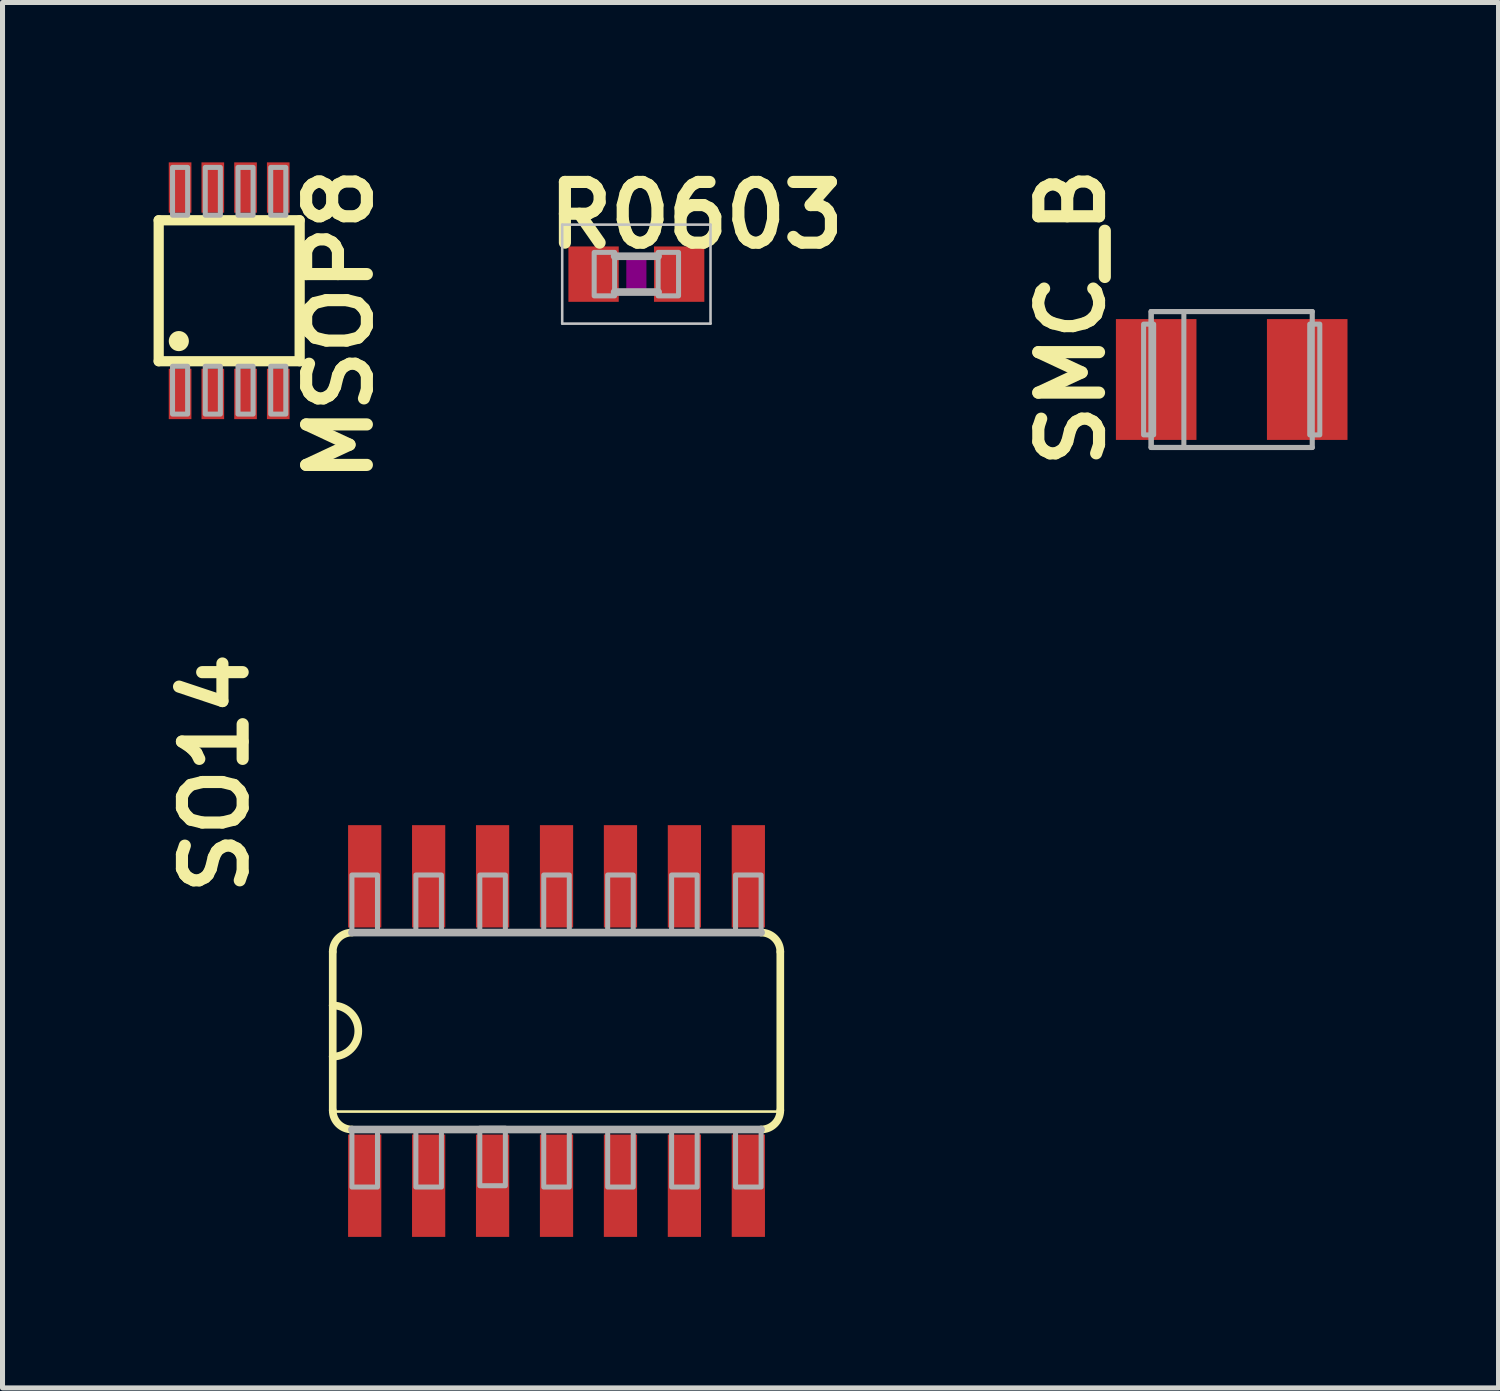
<source format=kicad_pcb>
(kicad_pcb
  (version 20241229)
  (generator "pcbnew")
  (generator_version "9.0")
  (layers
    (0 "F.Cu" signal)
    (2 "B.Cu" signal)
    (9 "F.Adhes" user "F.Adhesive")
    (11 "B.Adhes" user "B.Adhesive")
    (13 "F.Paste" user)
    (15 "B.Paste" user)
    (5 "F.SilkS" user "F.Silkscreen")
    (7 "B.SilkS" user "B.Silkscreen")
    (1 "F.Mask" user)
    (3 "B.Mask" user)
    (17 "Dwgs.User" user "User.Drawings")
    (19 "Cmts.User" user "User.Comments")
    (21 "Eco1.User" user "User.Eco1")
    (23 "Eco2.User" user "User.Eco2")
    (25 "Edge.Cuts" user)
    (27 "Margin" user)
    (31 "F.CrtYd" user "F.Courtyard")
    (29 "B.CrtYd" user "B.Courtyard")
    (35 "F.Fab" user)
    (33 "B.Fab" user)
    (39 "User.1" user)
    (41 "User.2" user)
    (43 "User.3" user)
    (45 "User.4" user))
  (footprint "SMC_B"
    (layer "F.Cu")
    (at 21.415 4.488)
    (property "Reference" "SMC_B" (at -2.475 1.855 270) (layer "F.SilkS") (effects (font (size 1.206 1.206) (thickness 0.241)) (justify left bottom)))
    (attr through_hole)
    (fp_line (start -1.6 -1.35) (end 1.6 -1.35) (stroke (width 0.102) (type solid)) (layer "F.Fab"))
    (fp_line (start -1.6 1.35) (end -1.6 -1.35) (stroke (width 0.102) (type solid)) (layer "F.Fab"))
    (fp_line (start 1.6 -1.35) (end 1.6 1.35) (stroke (width 0.102) (type solid)) (layer "F.Fab"))
    (fp_line (start 1.6 1.35) (end -1.6 1.35) (stroke (width 0.102) (type solid)) (layer "F.Fab"))
    (fp_poly (pts (xy -1.75 1.1) (xy -1.55 1.1) (xy -1.55 -1.1) (xy -1.75 -1.1)) (stroke (width 0.1) (type solid)) (fill no) (layer "F.Fab"))
    (fp_poly (pts (xy -1.6 1.35) (xy -0.95 1.35) (xy -0.95 -1.35) (xy -1.6 -1.35)) (stroke (width 0.1) (type solid)) (fill no) (layer "F.Fab"))
    (fp_poly (pts (xy 1.75 -1.1) (xy 1.55 -1.1) (xy 1.55 1.1) (xy 1.75 1.1)) (stroke (width 0.1) (type solid)) (fill no) (layer "F.Fab"))
    (pad "+" smd rect (at -1.5 0) (size 1.6 2.4) (layers "F.Cu" "F.Mask" "F.Paste"))
    (pad "-" smd rect (at 1.5 0 180) (size 1.6 2.4) (layers "F.Cu" "F.Mask" "F.Paste")))
  (footprint "SO14"
    (layer "F.Cu")
    (at 8.004 17.429)
    (property "Reference" "SO14" (at -6.074 -2.605 270) (layer "F.SilkS") (effects (font (size 1.206 1.206) (thickness 0.241)) (justify left bottom)))
    (attr through_hole)
    (fp_line (start -4.445 -1.575) (end -4.445 -0.508) (stroke (width 0.152) (type solid)) (layer "F.SilkS"))
    (fp_line (start -4.445 -0.508) (end -4.445 0.508) (stroke (width 0.152) (type solid)) (layer "F.SilkS"))
    (fp_line (start -4.445 0.508) (end -4.445 1.575) (stroke (width 0.152) (type solid)) (layer "F.SilkS"))
    (fp_line (start -4.445 1.6) (end 4.445 1.6) (stroke (width 0.051) (type solid)) (layer "F.SilkS"))
    (fp_line (start 4.445 1.575) (end 4.445 -1.575) (stroke (width 0.152) (type solid)) (layer "F.SilkS"))
    (fp_arc (start -4.445 -1.5748) (mid -4.333408 -1.844208) (end -4.064 -1.9558) (stroke (width 0.1524) (type solid)) (layer "F.SilkS"))
    (fp_arc (start -4.445 -0.508) (mid -3.937 0) (end -4.445 0.508) (stroke (width 0.1524) (type solid)) (layer "F.SilkS"))
    (fp_arc (start -4.064 1.9558) (mid -4.333408 1.844208) (end -4.445 1.5748) (stroke (width 0.1524) (type solid)) (layer "F.SilkS"))
    (fp_arc (start 4.064 -1.9558) (mid 4.333408 -1.844208) (end 4.445 -1.5748) (stroke (width 0.1524) (type solid)) (layer "F.SilkS"))
    (fp_arc (start 4.445 1.5748) (mid 4.333408 1.844208) (end 4.064 1.9558) (stroke (width 0.1524) (type solid)) (layer "F.SilkS"))
    (fp_line (start -4.064 1.956) (end 4.064 1.956) (stroke (width 0.152) (type solid)) (layer "F.Fab"))
    (fp_line (start 4.064 -1.956) (end -4.064 -1.956) (stroke (width 0.152) (type solid)) (layer "F.Fab"))
    (fp_poly (pts (xy -4.064 -1.956) (xy -3.556 -1.956) (xy -3.556 -3.099) (xy -4.064 -3.099)) (stroke (width 0.1) (type solid)) (fill no) (layer "F.Fab"))
    (fp_poly (pts (xy -4.064 3.099) (xy -3.556 3.099) (xy -3.556 1.956) (xy -4.064 1.956)) (stroke (width 0.1) (type solid)) (fill no) (layer "F.Fab"))
    (fp_poly (pts (xy -2.794 -1.956) (xy -2.286 -1.956) (xy -2.286 -3.099) (xy -2.794 -3.099)) (stroke (width 0.1) (type solid)) (fill no) (layer "F.Fab"))
    (fp_poly (pts (xy -2.794 3.099) (xy -2.286 3.099) (xy -2.286 1.956) (xy -2.794 1.956)) (stroke (width 0.1) (type solid)) (fill no) (layer "F.Fab"))
    (fp_poly (pts (xy -1.524 -1.956) (xy -1.016 -1.956) (xy -1.016 -3.099) (xy -1.524 -3.099)) (stroke (width 0.1) (type solid)) (fill no) (layer "F.Fab"))
    (fp_poly (pts (xy -1.524 3.073) (xy -1.016 3.073) (xy -1.016 1.93) (xy -1.524 1.93)) (stroke (width 0.1) (type solid)) (fill no) (layer "F.Fab"))
    (fp_poly (pts (xy -0.254 -1.956) (xy 0.254 -1.956) (xy 0.254 -3.099) (xy -0.254 -3.099)) (stroke (width 0.1) (type solid)) (fill no) (layer "F.Fab"))
    (fp_poly (pts (xy -0.254 3.099) (xy 0.254 3.099) (xy 0.254 1.956) (xy -0.254 1.956)) (stroke (width 0.1) (type solid)) (fill no) (layer "F.Fab"))
    (fp_poly (pts (xy 1.016 -1.956) (xy 1.524 -1.956) (xy 1.524 -3.099) (xy 1.016 -3.099)) (stroke (width 0.1) (type solid)) (fill no) (layer "F.Fab"))
    (fp_poly (pts (xy 1.016 3.099) (xy 1.524 3.099) (xy 1.524 1.956) (xy 1.016 1.956)) (stroke (width 0.1) (type solid)) (fill no) (layer "F.Fab"))
    (fp_poly (pts (xy 2.286 -1.956) (xy 2.794 -1.956) (xy 2.794 -3.099) (xy 2.286 -3.099)) (stroke (width 0.1) (type solid)) (fill no) (layer "F.Fab"))
    (fp_poly (pts (xy 2.286 3.099) (xy 2.794 3.099) (xy 2.794 1.956) (xy 2.286 1.956)) (stroke (width 0.1) (type solid)) (fill no) (layer "F.Fab"))
    (fp_poly (pts (xy 3.556 -1.956) (xy 4.064 -1.956) (xy 4.064 -3.099) (xy 3.556 -3.099)) (stroke (width 0.1) (type solid)) (fill no) (layer "F.Fab"))
    (fp_poly (pts (xy 3.556 3.099) (xy 4.064 3.099) (xy 4.064 1.956) (xy 3.556 1.956)) (stroke (width 0.1) (type solid)) (fill no) (layer "F.Fab"))
    (pad "1" smd rect (at -3.81 3.073) (size 0.66 2.032) (layers "F.Cu" "F.Mask" "F.Paste"))
    (pad "2" smd rect (at -2.54 3.073) (size 0.66 2.032) (layers "F.Cu" "F.Mask" "F.Paste"))
    (pad "3" smd rect (at -1.27 3.073) (size 0.66 2.032) (layers "F.Cu" "F.Mask" "F.Paste"))
    (pad "4" smd rect (at 0 3.073) (size 0.66 2.032) (layers "F.Cu" "F.Mask" "F.Paste"))
    (pad "5" smd rect (at 1.27 3.073) (size 0.66 2.032) (layers "F.Cu" "F.Mask" "F.Paste"))
    (pad "6" smd rect (at 2.54 3.073) (size 0.66 2.032) (layers "F.Cu" "F.Mask" "F.Paste"))
    (pad "7" smd rect (at 3.81 3.073) (size 0.66 2.032) (layers "F.Cu" "F.Mask" "F.Paste"))
    (pad "8" smd rect (at 3.81 -3.073) (size 0.66 2.032) (layers "F.Cu" "F.Mask" "F.Paste"))
    (pad "9" smd rect (at 2.54 -3.073) (size 0.66 2.032) (layers "F.Cu" "F.Mask" "F.Paste"))
    (pad "10" smd rect (at 1.27 -3.073) (size 0.66 2.032) (layers "F.Cu" "F.Mask" "F.Paste"))
    (pad "11" smd rect (at 0 -3.073) (size 0.66 2.032) (layers "F.Cu" "F.Mask" "F.Paste"))
    (pad "12" smd rect (at -1.27 -3.073) (size 0.66 2.032) (layers "F.Cu" "F.Mask" "F.Paste"))
    (pad "13" smd rect (at -2.54 -3.073) (size 0.66 2.032) (layers "F.Cu" "F.Mask" "F.Paste"))
    (pad "14" smd rect (at -3.81 -3.073) (size 0.66 2.032) (layers "F.Cu" "F.Mask" "F.Paste")))
  (footprint "MSOP8"
    (layer "F.Cu")
    (at 1.502 2.725)
    (property "Reference" "MSOP8" (at 2.895 3.905 270) (layer "F.SilkS") (effects (font (size 1.206 1.206) (thickness 0.241)) (justify left bottom)))
    (attr through_hole)
    (fp_poly (pts (xy -1.225 2.6) (xy -0.725 2.6) (xy -0.725 1.525) (xy -1.225 1.525)) (stroke (width 0) (type solid)) (fill yes) (layer "F.Mask"))
    (fp_poly (pts (xy -0.725 -2.6) (xy -1.225 -2.6) (xy -1.225 -1.525) (xy -0.725 -1.525)) (stroke (width 0) (type solid)) (fill yes) (layer "F.Mask"))
    (fp_poly (pts (xy -0.575 2.6) (xy -0.075 2.6) (xy -0.075 1.525) (xy -0.575 1.525)) (stroke (width 0) (type solid)) (fill yes) (layer "F.Mask"))
    (fp_poly (pts (xy -0.075 -2.6) (xy -0.575 -2.6) (xy -0.575 -1.525) (xy -0.075 -1.525)) (stroke (width 0) (type solid)) (fill yes) (layer "F.Mask"))
    (fp_poly (pts (xy 0.075 2.6) (xy 0.575 2.6) (xy 0.575 1.525) (xy 0.075 1.525)) (stroke (width 0) (type solid)) (fill yes) (layer "F.Mask"))
    (fp_poly (pts (xy 0.575 -2.6) (xy 0.075 -2.6) (xy 0.075 -1.525) (xy 0.575 -1.525)) (stroke (width 0) (type solid)) (fill yes) (layer "F.Mask"))
    (fp_poly (pts (xy 0.725 2.6) (xy 1.225 2.6) (xy 1.225 1.525) (xy 0.725 1.525)) (stroke (width 0) (type solid)) (fill yes) (layer "F.Mask"))
    (fp_poly (pts (xy 1.225 -2.6) (xy 0.725 -2.6) (xy 0.725 -1.525) (xy 1.225 -1.525)) (stroke (width 0) (type solid)) (fill yes) (layer "F.Mask"))
    (fp_line (start -1.4 -1.4) (end 1.4 -1.4) (stroke (width 0.203) (type solid)) (layer "F.SilkS"))
    (fp_line (start -1.4 1.4) (end -1.4 -1.4) (stroke (width 0.203) (type solid)) (layer "F.SilkS"))
    (fp_line (start 1.4 -1.4) (end 1.4 1.4) (stroke (width 0.203) (type solid)) (layer "F.SilkS"))
    (fp_line (start 1.4 1.4) (end -1.4 1.4) (stroke (width 0.203) (type solid)) (layer "F.SilkS"))
    (fp_circle (center -1 1) (end -0.9 1) (stroke (width 0.2) (type solid)) (fill no) (layer "F.SilkS"))
    (fp_poly (pts (xy -1.125 2.45) (xy -0.825 2.45) (xy -0.825 1.5) (xy -1.125 1.5)) (stroke (width 0.1) (type solid)) (fill no) (layer "F.Fab"))
    (fp_poly (pts (xy -1.125 -1.5) (xy -0.825 -1.5) (xy -0.825 -2.45) (xy -1.125 -2.45)) (stroke (width 0.1) (type solid)) (fill no) (layer "F.Fab"))
    (fp_poly (pts (xy -0.475 -1.5) (xy -0.175 -1.5) (xy -0.175 -2.45) (xy -0.475 -2.45)) (stroke (width 0.1) (type solid)) (fill no) (layer "F.Fab"))
    (fp_poly (pts (xy -0.475 2.45) (xy -0.175 2.45) (xy -0.175 1.5) (xy -0.475 1.5)) (stroke (width 0.1) (type solid)) (fill no) (layer "F.Fab"))
    (fp_poly (pts (xy 0.175 -1.5) (xy 0.475 -1.5) (xy 0.475 -2.45) (xy 0.175 -2.45)) (stroke (width 0.1) (type solid)) (fill no) (layer "F.Fab"))
    (fp_poly (pts (xy 0.175 2.45) (xy 0.475 2.45) (xy 0.475 1.5) (xy 0.175 1.5)) (stroke (width 0.1) (type solid)) (fill no) (layer "F.Fab"))
    (fp_poly (pts (xy 0.825 2.45) (xy 1.125 2.45) (xy 1.125 1.5) (xy 0.825 1.5)) (stroke (width 0.1) (type solid)) (fill no) (layer "F.Fab"))
    (fp_poly (pts (xy 0.825 -1.5) (xy 1.125 -1.5) (xy 1.125 -2.45) (xy 0.825 -2.45)) (stroke (width 0.1) (type solid)) (fill no) (layer "F.Fab"))
    (pad "1" smd rect (at -0.975 2.05) (size 0.45 1) (layers "F.Cu" "F.Mask" "F.Paste"))
    (pad "2" smd rect (at -0.325 2.05) (size 0.45 1) (layers "F.Cu" "F.Mask" "F.Paste"))
    (pad "3" smd rect (at 0.325 2.05) (size 0.45 1) (layers "F.Cu" "F.Mask" "F.Paste"))
    (pad "4" smd rect (at 0.975 2.05) (size 0.45 1) (layers "F.Cu" "F.Mask" "F.Paste"))
    (pad "5" smd rect (at 0.975 -2.05) (size 0.45 1) (layers "F.Cu" "F.Mask" "F.Paste"))
    (pad "6" smd rect (at 0.325 -2.05) (size 0.45 1) (layers "F.Cu" "F.Mask" "F.Paste"))
    (pad "7" smd rect (at -0.325 -2.05) (size 0.45 1) (layers "F.Cu" "F.Mask" "F.Paste"))
    (pad "8" smd rect (at -0.975 -2.05) (size 0.45 1) (layers "F.Cu" "F.Mask" "F.Paste")))
  (footprint "R0603"
    (layer "F.Cu")
    (at 9.59 2.395)
    (property "Reference" "R0603" (at -1.865 -0.465 180) (layer "F.SilkS") (effects (font (size 1.206 1.206) (thickness 0.241)) (justify left bottom)))
    (attr through_hole)
    (fp_poly (pts (xy -0.2 0.4) (xy 0.2 0.4) (xy 0.2 -0.4) (xy -0.2 -0.4)) (stroke (width 0) (type solid)) (fill yes) (layer "F.Adhes"))
    (fp_line (start -1.473 -0.983) (end 1.473 -0.983) (stroke (width 0.051) (type solid)) (layer "Dwgs.User"))
    (fp_line (start -1.473 0.983) (end -1.473 -0.983) (stroke (width 0.051) (type solid)) (layer "Dwgs.User"))
    (fp_line (start 1.473 -0.983) (end 1.473 0.983) (stroke (width 0.051) (type solid)) (layer "Dwgs.User"))
    (fp_line (start 1.473 0.983) (end -1.473 0.983) (stroke (width 0.051) (type solid)) (layer "Dwgs.User"))
    (fp_line (start -0.432 0.356) (end 0.432 0.356) (stroke (width 0.152) (type solid)) (layer "F.Fab"))
    (fp_line (start 0.432 -0.356) (end -0.432 -0.356) (stroke (width 0.152) (type solid)) (layer "F.Fab"))
    (fp_poly (pts (xy -0.838 0.432) (xy -0.432 0.432) (xy -0.432 -0.432) (xy -0.838 -0.432)) (stroke (width 0.1) (type solid)) (fill no) (layer "F.Fab"))
    (fp_poly (pts (xy 0.432 0.432) (xy 0.838 0.432) (xy 0.838 -0.432) (xy 0.432 -0.432)) (stroke (width 0.1) (type solid)) (fill no) (layer "F.Fab"))
    (pad "1" smd rect (at -0.85 0) (size 1 1.1) (layers "F.Cu" "F.Mask" "F.Paste"))
    (pad "2" smd rect (at 0.85 0) (size 1 1.1) (layers "F.Cu" "F.Mask" "F.Paste")))
  (gr_rect
    (start -3 -3)
    (end 26.715 24.518)
    (stroke (width 0.1) (type default))
    (fill no)
    (layer "Edge.Cuts")))
</source>
